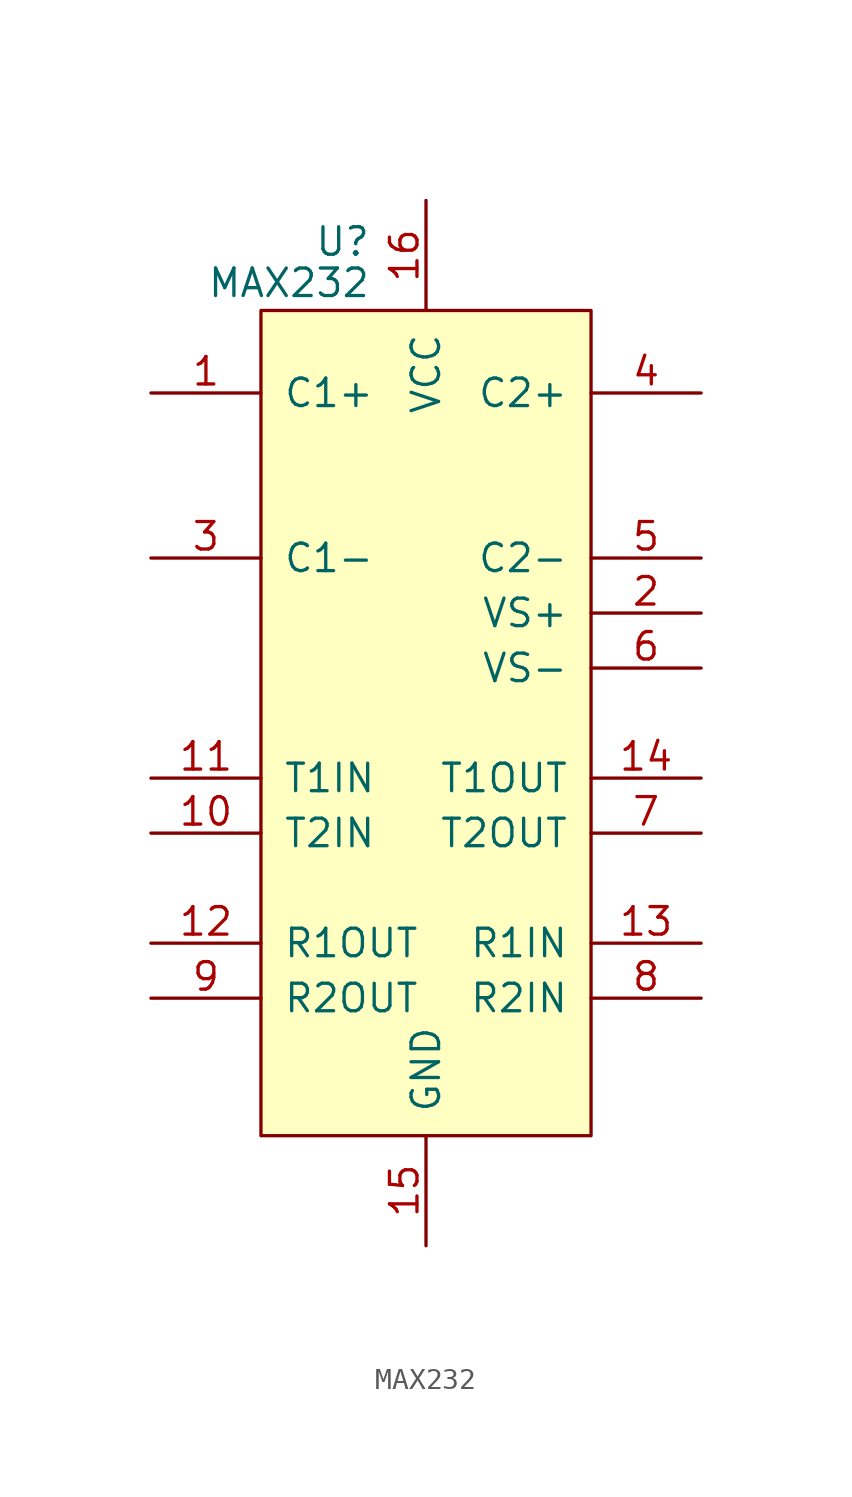
<source format=kicad_sym>
(kicad_symbol_lib
  (version 20211014)
  (generator kicad_symbol_editor)
  (symbol "MAX232"
    (pin_names
      (offset 1.016))
    (property "Reference" "U"
      (at -2.54 22.225 0)
      (effects (font (size 1.27 1.27)) (justify right)))
    (property "Value" "MAX232"
      (at -2.54 20.32 0)
      (effects (font (size 1.27 1.27)) (justify right)))
    (symbol "MAX232_0_1"
      (rectangle (start -7.62 19.05) (end 7.62 -19.05) (stroke (width 0.152) (type default) (color 0 0 0 0)) (fill (type background))))
    (symbol "MAX232_1_1"
      (pin passive line (at -12.7 15.24 0) (length 5.08) (name "C1+" (effects (font (size 1.27 1.27)))) (number "1" (effects (font (size 1.27 1.27)))))
      (pin input line (at -12.7 -5.08 0) (length 5.08) (name "T2IN" (effects (font (size 1.27 1.27)))) (number "10" (effects (font (size 1.27 1.27)))))
      (pin input line (at -12.7 -2.54 0) (length 5.08) (name "T1IN" (effects (font (size 1.27 1.27)))) (number "11" (effects (font (size 1.27 1.27)))))
      (pin output line (at -12.7 -10.16 0) (length 5.08) (name "R1OUT" (effects (font (size 1.27 1.27)))) (number "12" (effects (font (size 1.27 1.27)))))
      (pin input line (at 12.7 -10.16 180) (length 5.08) (name "R1IN" (effects (font (size 1.27 1.27)))) (number "13" (effects (font (size 1.27 1.27)))))
      (pin output line (at 12.7 -2.54 180) (length 5.08) (name "T1OUT" (effects (font (size 1.27 1.27)))) (number "14" (effects (font (size 1.27 1.27)))))
      (pin power_in line (at 0 -24.13 90) (length 5.08) (name "GND" (effects (font (size 1.27 1.27)))) (number "15" (effects (font (size 1.27 1.27)))))
      (pin power_in line (at 0 24.13 270) (length 5.08) (name "VCC" (effects (font (size 1.27 1.27)))) (number "16" (effects (font (size 1.27 1.27)))))
      (pin power_out line (at 12.7 5.08 180) (length 5.08) (name "VS+" (effects (font (size 1.27 1.27)))) (number "2" (effects (font (size 1.27 1.27)))))
      (pin passive line (at -12.7 7.62 0) (length 5.08) (name "C1-" (effects (font (size 1.27 1.27)))) (number "3" (effects (font (size 1.27 1.27)))))
      (pin passive line (at 12.7 15.24 180) (length 5.08) (name "C2+" (effects (font (size 1.27 1.27)))) (number "4" (effects (font (size 1.27 1.27)))))
      (pin passive line (at 12.7 7.62 180) (length 5.08) (name "C2-" (effects (font (size 1.27 1.27)))) (number "5" (effects (font (size 1.27 1.27)))))
      (pin power_out line (at 12.7 2.54 180) (length 5.08) (name "VS-" (effects (font (size 1.27 1.27)))) (number "6" (effects (font (size 1.27 1.27)))))
      (pin output line (at 12.7 -5.08 180) (length 5.08) (name "T2OUT" (effects (font (size 1.27 1.27)))) (number "7" (effects (font (size 1.27 1.27)))))
      (pin input line (at 12.7 -12.7 180) (length 5.08) (name "R2IN" (effects (font (size 1.27 1.27)))) (number "8" (effects (font (size 1.27 1.27)))))
      (pin output line (at -12.7 -12.7 0) (length 5.08) (name "R2OUT" (effects (font (size 1.27 1.27)))) (number "9" (effects (font (size 1.27 1.27))))))))
</source>
